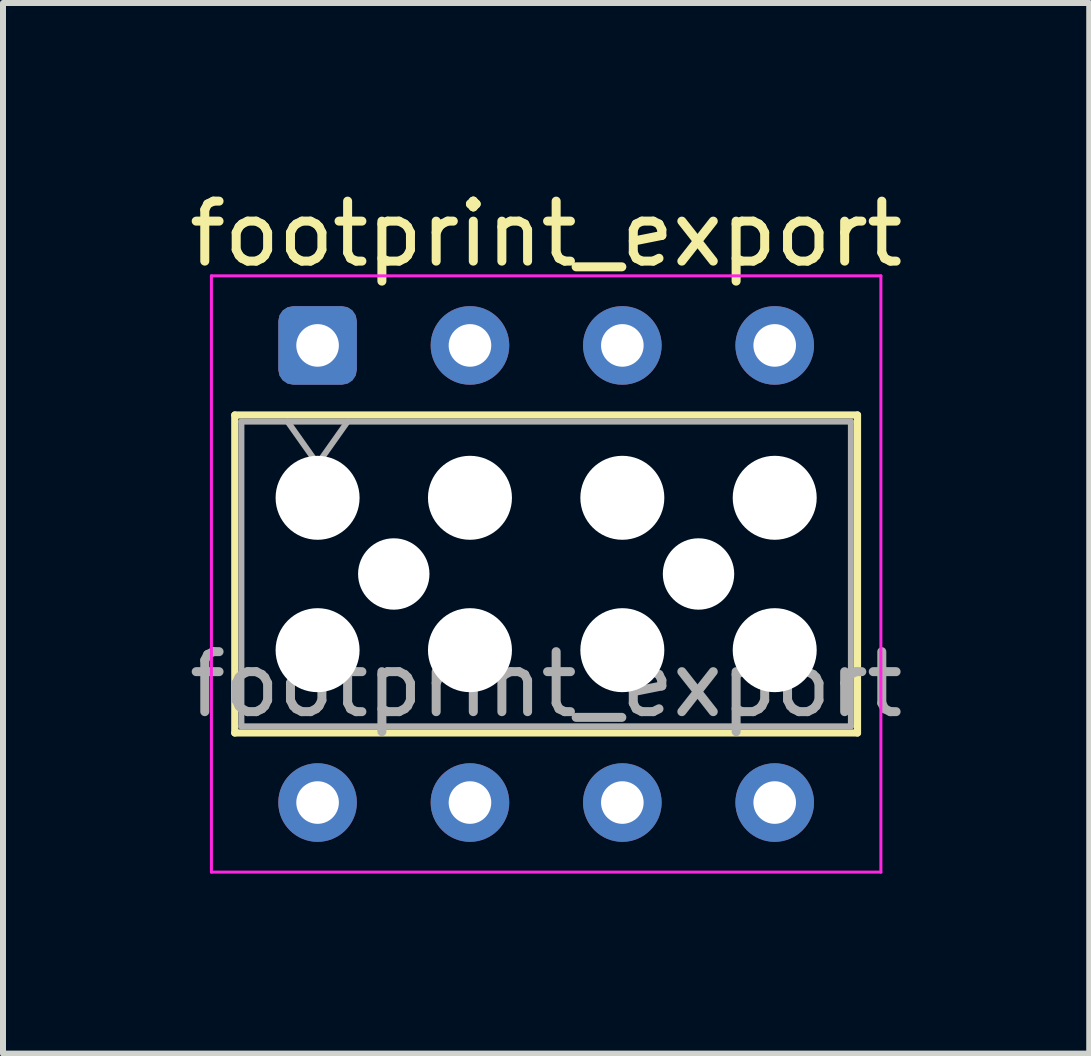
<source format=kicad_pcb>
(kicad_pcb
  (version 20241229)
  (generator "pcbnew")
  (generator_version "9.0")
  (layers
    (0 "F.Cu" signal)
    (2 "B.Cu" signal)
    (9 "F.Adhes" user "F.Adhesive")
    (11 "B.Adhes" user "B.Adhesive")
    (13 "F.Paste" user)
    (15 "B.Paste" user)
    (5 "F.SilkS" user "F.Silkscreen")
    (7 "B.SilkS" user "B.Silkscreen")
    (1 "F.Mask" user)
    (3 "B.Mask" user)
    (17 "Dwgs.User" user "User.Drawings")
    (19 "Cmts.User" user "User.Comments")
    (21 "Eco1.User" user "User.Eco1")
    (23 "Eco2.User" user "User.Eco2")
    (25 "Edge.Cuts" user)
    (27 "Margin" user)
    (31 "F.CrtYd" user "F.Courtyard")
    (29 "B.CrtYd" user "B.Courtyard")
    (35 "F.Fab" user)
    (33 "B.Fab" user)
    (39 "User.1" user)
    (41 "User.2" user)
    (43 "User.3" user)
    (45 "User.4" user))
  (footprint "footprint_export"
    (layer "F.Cu")
    (at 2.244 2.708)
    (property "Reference" "footprint_export" (at 3.81 -1.86 0) (layer "F.SilkS") (effects (font (size 1 1) (thickness 0.15))))
    (attr through_hole)
    (fp_line (start -1.38 1.16) (end 9 1.16) (stroke (width 0.12) (type solid)) (layer "F.SilkS"))
    (fp_line (start -1.38 6.46) (end -1.38 1.16) (stroke (width 0.12) (type solid)) (layer "F.SilkS"))
    (fp_line (start 9 1.16) (end 9 6.46) (stroke (width 0.12) (type solid)) (layer "F.SilkS"))
    (fp_line (start 9 6.46) (end -1.38 6.46) (stroke (width 0.12) (type solid)) (layer "F.SilkS"))
    (fp_line (start -1.77 -1.16) (end 9.39 -1.16) (stroke (width 0.05) (type solid)) (layer "F.CrtYd"))
    (fp_line (start -1.77 8.78) (end -1.77 -1.16) (stroke (width 0.05) (type solid)) (layer "F.CrtYd"))
    (fp_line (start 9.39 -1.16) (end 9.39 8.78) (stroke (width 0.05) (type solid)) (layer "F.CrtYd"))
    (fp_line (start 9.39 8.78) (end -1.77 8.78) (stroke (width 0.05) (type solid)) (layer "F.CrtYd"))
    (fp_line (start -1.27 1.27) (end 8.89 1.27) (stroke (width 0.1) (type solid)) (layer "F.Fab"))
    (fp_line (start -1.27 6.35) (end -1.27 1.27) (stroke (width 0.1) (type solid)) (layer "F.Fab"))
    (fp_line (start -0.5 1.27) (end 0 1.977) (stroke (width 0.1) (type solid)) (layer "F.Fab"))
    (fp_line (start 0 1.977) (end 0.5 1.27) (stroke (width 0.1) (type solid)) (layer "F.Fab"))
    (fp_line (start 8.89 1.27) (end 8.89 6.35) (stroke (width 0.1) (type solid)) (layer "F.Fab"))
    (fp_line (start 8.89 6.35) (end -1.27 6.35) (stroke (width 0.1) (type solid)) (layer "F.Fab"))
    (fp_text user "${REFERENCE}" (at 3.81 5.65 0) (layer "F.Fab") (effects (font (size 1 1) (thickness 0.15))))
    (pad "" np_thru_hole circle (at 0 2.54) (size 1.4 1.4) (drill 1.4) (layers "*.Cu" "*.Mask"))
    (pad "" np_thru_hole circle (at 0 5.08) (size 1.4 1.4) (drill 1.4) (layers "*.Cu" "*.Mask"))
    (pad "" np_thru_hole circle (at 1.27 3.81) (size 1.19 1.19) (drill 1.19) (layers "*.Cu" "*.Mask"))
    (pad "" np_thru_hole circle (at 2.54 2.54) (size 1.4 1.4) (drill 1.4) (layers "*.Cu" "*.Mask"))
    (pad "" np_thru_hole circle (at 2.54 5.08) (size 1.4 1.4) (drill 1.4) (layers "*.Cu" "*.Mask"))
    (pad "" np_thru_hole circle (at 5.08 2.54) (size 1.4 1.4) (drill 1.4) (layers "*.Cu" "*.Mask"))
    (pad "" np_thru_hole circle (at 5.08 5.08) (size 1.4 1.4) (drill 1.4) (layers "*.Cu" "*.Mask"))
    (pad "" np_thru_hole circle (at 6.35 3.81) (size 1.19 1.19) (drill 1.19) (layers "*.Cu" "*.Mask"))
    (pad "" np_thru_hole circle (at 7.62 2.54) (size 1.4 1.4) (drill 1.4) (layers "*.Cu" "*.Mask"))
    (pad "" np_thru_hole circle (at 7.62 5.08) (size 1.4 1.4) (drill 1.4) (layers "*.Cu" "*.Mask"))
    (pad "1" thru_hole roundrect (at 0 0) (size 1.31 1.31) (drill 0.71) (layers "*.Cu" "*.Mask") (roundrect_rratio 0.191))
    (pad "2" thru_hole circle (at 0 7.62) (size 1.31 1.31) (drill 0.71) (layers "*.Cu" "*.Mask"))
    (pad "3" thru_hole circle (at 2.54 0) (size 1.31 1.31) (drill 0.71) (layers "*.Cu" "*.Mask"))
    (pad "4" thru_hole circle (at 2.54 7.62) (size 1.31 1.31) (drill 0.71) (layers "*.Cu" "*.Mask"))
    (pad "5" thru_hole circle (at 5.08 0) (size 1.31 1.31) (drill 0.71) (layers "*.Cu" "*.Mask"))
    (pad "6" thru_hole circle (at 5.08 7.62) (size 1.31 1.31) (drill 0.71) (layers "*.Cu" "*.Mask"))
    (pad "7" thru_hole circle (at 7.62 0) (size 1.31 1.31) (drill 0.71) (layers "*.Cu" "*.Mask"))
    (pad "8" thru_hole circle (at 7.62 7.62) (size 1.31 1.31) (drill 0.71) (layers "*.Cu" "*.Mask")))
  (gr_rect
    (start -3 -3)
    (end 15.107 14.513)
    (stroke (width 0.1) (type default))
    (fill no)
    (layer "Edge.Cuts")))
</source>
